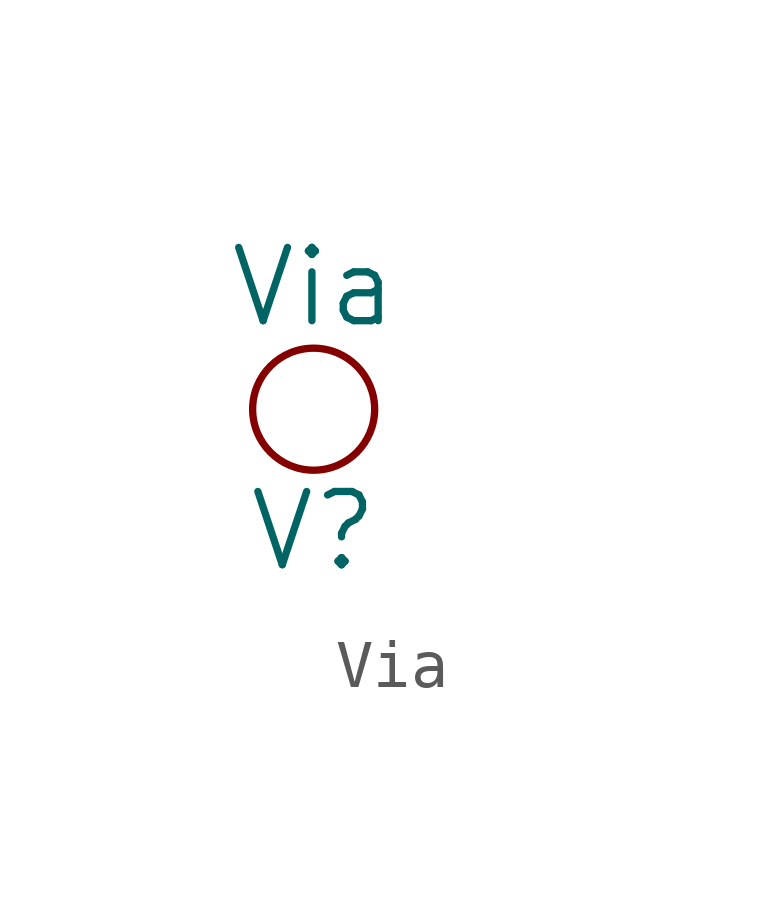
<source format=kicad_sym>
(kicad_symbol_lib
  (version 20211014)
  (generator kicad_symbol_editor)
  (symbol "Via"
    (pin_names
      (offset 1.016))
    (property "Reference" "V"
      (at 0 -2.54 0)
      (effects (font (size 1.524 1.524))))
    (property "Value" "Via"
      (at 0 2.54 0)
      (effects (font (size 1.524 1.524))))
    (symbol "Via_0_1"
      (circle (center 0 0) (radius 1.27) (stroke (width 0) (type default) (color 0 0 0 0)) (fill (type none))))
    (symbol "Via_1_1"
      (pin input line (at 0 0 0) (length 5.08) hide (name "~" (effects (font (size 1.27 1.27)))) (number "1" (effects (font (size 1.27 1.27))))))))
</source>
